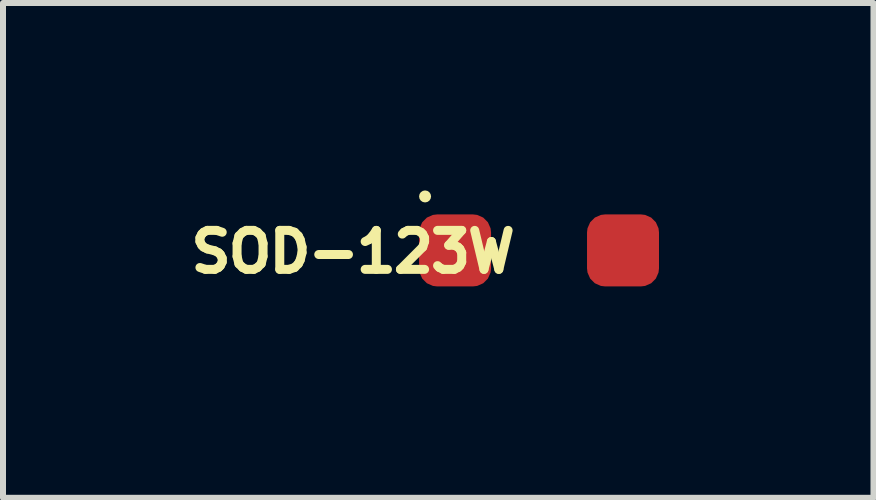
<source format=kicad_pcb>
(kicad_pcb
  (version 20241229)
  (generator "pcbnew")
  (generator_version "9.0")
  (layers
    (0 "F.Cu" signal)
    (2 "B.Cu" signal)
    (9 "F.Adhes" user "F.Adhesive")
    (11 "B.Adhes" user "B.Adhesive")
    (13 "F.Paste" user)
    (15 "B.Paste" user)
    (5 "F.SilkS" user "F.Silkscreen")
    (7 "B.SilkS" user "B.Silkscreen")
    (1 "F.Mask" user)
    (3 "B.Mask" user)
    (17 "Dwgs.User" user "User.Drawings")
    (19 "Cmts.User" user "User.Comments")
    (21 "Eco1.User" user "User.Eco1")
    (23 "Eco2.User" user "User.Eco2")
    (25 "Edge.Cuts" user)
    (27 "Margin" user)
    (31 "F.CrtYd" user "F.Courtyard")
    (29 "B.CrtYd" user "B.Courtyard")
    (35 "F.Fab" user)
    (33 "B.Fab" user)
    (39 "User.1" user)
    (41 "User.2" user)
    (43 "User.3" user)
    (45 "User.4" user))
  (footprint "SOD-123W"
    (layer "F.Cu")
    (at 5.937 1.125)
    (property "Reference" "SOD-123W" (at -3.1 0.023 0) (unlocked yes) (layer "F.SilkS") (effects (font (size 0.65 0.65) (thickness 0.15))))
    (fp_circle (center -1.9 -0.9) (end -1.85 -0.9) (stroke (width 0.1) (type solid)) (fill no) (layer "F.SilkS"))
    (fp_line (start -1.75 -0.9) (end -1.75 0.9) (stroke (width 0.1) (type solid)) (layer "User.5"))
    (fp_line (start -1.75 -0.9) (end 1.75 -0.9) (stroke (width 0.1) (type solid)) (layer "User.5"))
    (fp_line (start -1.75 0.9) (end 1.75 0.9) (stroke (width 0.1) (type solid)) (layer "User.5"))
    (fp_line (start 1.75 -0.9) (end 1.75 0.9) (stroke (width 0.1) (type solid)) (layer "User.5"))
    (fp_rect (start -1.75 0.9) (end -1.25 -0.9) (stroke (width 0.1) (type default)) (fill no) (layer "User.5"))
    (fp_line (start -1.4 -0.95) (end -1.4 0.95) (stroke (width 0.1) (type solid)) (layer "User.12"))
    (fp_line (start -1.4 -0.95) (end 1.4 -0.95) (stroke (width 0.1) (type solid)) (layer "User.12"))
    (fp_line (start -1.4 0.95) (end 1.4 0.95) (stroke (width 0.1) (type solid)) (layer "User.12"))
    (fp_line (start 1.4 -0.95) (end 1.4 0.95) (stroke (width 0.1) (type solid)) (layer "User.12"))
    (fp_line (start -2.2 -1.1) (end -2.2 1.1) (stroke (width 0.05) (type solid)) (layer "User.13"))
    (fp_line (start -2.2 -1.1) (end 2.2 -1.1) (stroke (width 0.05) (type solid)) (layer "User.13"))
    (fp_line (start -2.2 1.1) (end 2.2 1.1) (stroke (width 0.05) (type solid)) (layer "User.13"))
    (fp_line (start -0.5 0) (end 0.5 0) (stroke (width 0.1) (type solid)) (layer "User.13"))
    (fp_line (start 0 -0.5) (end 0 0.5) (stroke (width 0.1) (type solid)) (layer "User.13"))
    (fp_line (start 2.2 -1.1) (end 2.2 1.1) (stroke (width 0.05) (type solid)) (layer "User.13"))
    (fp_text_box "${REFERENCE}" (start -2.525 -0.599) (end 2.525 0.599) (margins 0 0 0 0) (layer "User.5") (effects (font (size 0.65 0.65) (thickness 0.15)) (justify top)) (border no) (stroke (width 0.1) (type default)))
    (pad "1" smd roundrect (at -1.4 0 90) (size 1.2 1.2) (layers "F.Cu" "F.Mask" "F.Paste") (roundrect_rratio 0.25))
    (pad "2" smd roundrect (at 1.4 0 90) (size 1.2 1.2) (layers "F.Cu" "F.Mask" "F.Paste") (roundrect_rratio 0.25)))
  (gr_rect
    (start -3 -3)
    (end 11.513 5.25)
    (stroke (width 0.1) (type default))
    (fill no)
    (layer "Edge.Cuts")))
</source>
